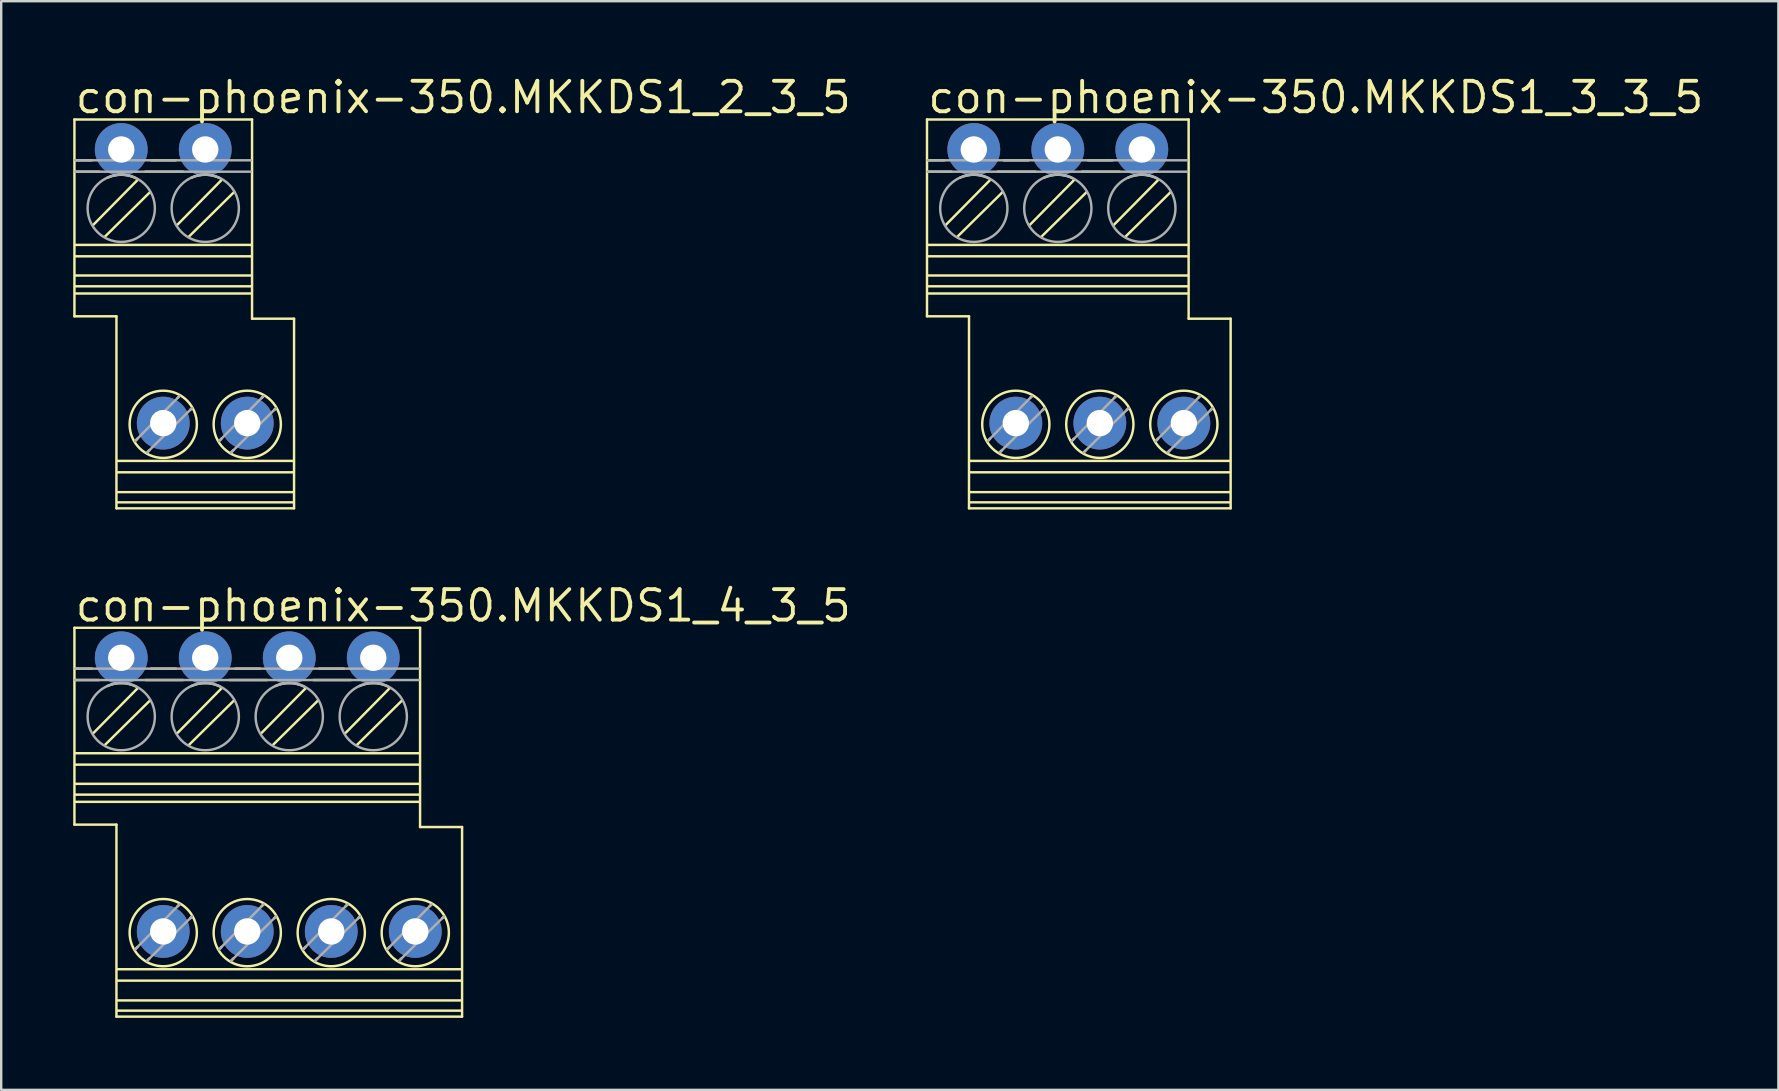
<source format=kicad_pcb>
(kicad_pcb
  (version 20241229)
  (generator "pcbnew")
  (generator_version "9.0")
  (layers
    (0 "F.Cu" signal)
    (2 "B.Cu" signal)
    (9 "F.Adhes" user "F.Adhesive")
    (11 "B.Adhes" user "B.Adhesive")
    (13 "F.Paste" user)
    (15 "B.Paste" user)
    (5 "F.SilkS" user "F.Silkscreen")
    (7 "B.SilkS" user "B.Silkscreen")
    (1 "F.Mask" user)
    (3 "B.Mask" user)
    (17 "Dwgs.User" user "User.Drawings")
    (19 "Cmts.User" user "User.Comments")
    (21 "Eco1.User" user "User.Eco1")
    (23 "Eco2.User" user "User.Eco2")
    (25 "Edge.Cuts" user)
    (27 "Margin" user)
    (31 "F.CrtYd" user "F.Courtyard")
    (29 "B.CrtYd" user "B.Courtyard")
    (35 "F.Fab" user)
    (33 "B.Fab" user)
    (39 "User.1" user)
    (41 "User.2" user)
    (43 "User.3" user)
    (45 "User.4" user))
  (footprint "con-phoenix-350.MKKDS1_3_3_5"
    (layer "F.Cu")
    (at 41.021 10.028)
    (property "Reference" "con-phoenix-350.MKKDS1_3_3_5" (at -5.501 -8.278 0) (layer "F.SilkS") (effects (font (size 1.27 1.27) (thickness 0.16)) (justify left bottom)))
    (attr through_hole)
    (fp_line (start -5.45 -8.1) (end 5.45 -8.1) (stroke (width 0.102) (type default)) (layer "F.SilkS"))
    (fp_line (start -5.45 0.1) (end -5.45 -8.1) (stroke (width 0.102) (type default)) (layer "F.SilkS"))
    (fp_line (start -5.425 -6.4) (end -4.725 -6.4) (stroke (width 0.102) (type default)) (layer "F.SilkS"))
    (fp_line (start -5.425 -5.925) (end -4.425 -5.925) (stroke (width 0.102) (type default)) (layer "F.SilkS"))
    (fp_line (start -5.4 -2.875) (end 5.425 -2.875) (stroke (width 0.102) (type default)) (layer "F.SilkS"))
    (fp_line (start -5.4 -2.4) (end 5.425 -2.4) (stroke (width 0.102) (type default)) (layer "F.SilkS"))
    (fp_line (start -5.4 -1.6) (end 5.425 -1.6) (stroke (width 0.102) (type default)) (layer "F.SilkS"))
    (fp_line (start -5.4 -0.85) (end 5.425 -0.85) (stroke (width 0.102) (type default)) (layer "F.SilkS"))
    (fp_line (start -4.675 -3.7) (end -2.825 -5.575) (stroke (width 0.102) (type default)) (layer "F.SilkS"))
    (fp_line (start -4.175 -3.225) (end -2.3 -5.075) (stroke (width 0.102) (type default)) (layer "F.SilkS"))
    (fp_line (start -3.7 0.1) (end -5.45 0.1) (stroke (width 0.102) (type default)) (layer "F.SilkS"))
    (fp_line (start -3.7 8.1) (end -3.7 0.1) (stroke (width 0.102) (type default)) (layer "F.SilkS"))
    (fp_line (start -3.65 6.125) (end 7.175 6.125) (stroke (width 0.102) (type default)) (layer "F.SilkS"))
    (fp_line (start -3.65 6.6) (end 7.175 6.6) (stroke (width 0.102) (type default)) (layer "F.SilkS"))
    (fp_line (start -3.65 7.425) (end 7.175 7.425) (stroke (width 0.102) (type default)) (layer "F.SilkS"))
    (fp_line (start -3.65 7.85) (end 7.175 7.85) (stroke (width 0.102) (type default)) (layer "F.SilkS"))
    (fp_line (start -2.925 5.3) (end -2.825 5.2) (stroke (width 0.102) (type default)) (layer "F.SilkS"))
    (fp_line (start -2.5 -5.925) (end -0.925 -5.925) (stroke (width 0.102) (type default)) (layer "F.SilkS"))
    (fp_line (start -2.425 5.775) (end -2.325 5.675) (stroke (width 0.102) (type default)) (layer "F.SilkS"))
    (fp_line (start -2.25 -6.4) (end -1.225 -6.4) (stroke (width 0.102) (type default)) (layer "F.SilkS"))
    (fp_line (start -1.175 -3.7) (end 0.675 -5.575) (stroke (width 0.102) (type default)) (layer "F.SilkS"))
    (fp_line (start -1.15 3.5) (end -1.075 3.425) (stroke (width 0.102) (type default)) (layer "F.SilkS"))
    (fp_line (start -0.675 -3.225) (end 1.2 -5.075) (stroke (width 0.102) (type default)) (layer "F.SilkS"))
    (fp_line (start -0.625 4) (end -0.55 3.925) (stroke (width 0.102) (type default)) (layer "F.SilkS"))
    (fp_line (start 0.575 5.3) (end 0.675 5.2) (stroke (width 0.102) (type default)) (layer "F.SilkS"))
    (fp_line (start 1 -5.925) (end 2.575 -5.925) (stroke (width 0.102) (type default)) (layer "F.SilkS"))
    (fp_line (start 1.075 5.775) (end 1.175 5.675) (stroke (width 0.102) (type default)) (layer "F.SilkS"))
    (fp_line (start 1.25 -6.4) (end 2.275 -6.4) (stroke (width 0.102) (type default)) (layer "F.SilkS"))
    (fp_line (start 2.325 -3.7) (end 4.175 -5.575) (stroke (width 0.102) (type default)) (layer "F.SilkS"))
    (fp_line (start 2.35 3.5) (end 2.425 3.425) (stroke (width 0.102) (type default)) (layer "F.SilkS"))
    (fp_line (start 2.825 -3.225) (end 4.7 -5.075) (stroke (width 0.102) (type default)) (layer "F.SilkS"))
    (fp_line (start 2.875 4) (end 2.95 3.925) (stroke (width 0.102) (type default)) (layer "F.SilkS"))
    (fp_line (start 4.075 5.3) (end 4.175 5.2) (stroke (width 0.102) (type default)) (layer "F.SilkS"))
    (fp_line (start 4.575 5.775) (end 4.675 5.675) (stroke (width 0.102) (type default)) (layer "F.SilkS"))
    (fp_line (start 5.425 -1.15) (end -5.4 -1.15) (stroke (width 0.102) (type default)) (layer "F.SilkS"))
    (fp_line (start 5.45 -8.1) (end 5.45 0.2) (stroke (width 0.102) (type default)) (layer "F.SilkS"))
    (fp_line (start 5.45 0.2) (end 7.2 0.2) (stroke (width 0.102) (type default)) (layer "F.SilkS"))
    (fp_line (start 5.85 3.5) (end 5.925 3.425) (stroke (width 0.102) (type default)) (layer "F.SilkS"))
    (fp_line (start 6.375 4) (end 6.45 3.925) (stroke (width 0.102) (type default)) (layer "F.SilkS"))
    (fp_line (start 7.2 0.2) (end 7.2 8.1) (stroke (width 0.102) (type default)) (layer "F.SilkS"))
    (fp_line (start 7.2 8.1) (end -3.7 8.1) (stroke (width 0.102) (type default)) (layer "F.SilkS"))
    (fp_arc (start -4.075 -5.675) (mid -3.472184 -5.797679) (end -2.875 -5.65) (stroke (width 0.1016) (type default)) (layer "F.SilkS"))
    (fp_arc (start -0.575 -5.675) (mid 0.027816 -5.797679) (end 0.625 -5.65) (stroke (width 0.1016) (type default)) (layer "F.SilkS"))
    (fp_arc (start 2.925 -5.675) (mid 3.527816 -5.797679) (end 4.125 -5.65) (stroke (width 0.1016) (type default)) (layer "F.SilkS"))
    (fp_circle (center -1.75 4.6) (end -0.349 4.6) (stroke (width 0.102) (type default)) (fill no) (layer "F.SilkS"))
    (fp_circle (center 1.75 4.6) (end 3.151 4.6) (stroke (width 0.102) (type default)) (fill no) (layer "F.SilkS"))
    (fp_circle (center 5.25 4.6) (end 6.651 4.6) (stroke (width 0.102) (type default)) (fill no) (layer "F.SilkS"))
    (fp_line (start -5.425 -6.4) (end 5.4 -6.4) (stroke (width 0.102) (type default)) (layer "F.Fab"))
    (fp_line (start -5.425 -5.925) (end 5.4 -5.925) (stroke (width 0.102) (type default)) (layer "F.Fab"))
    (fp_line (start -2.925 5.3) (end -1.075 3.425) (stroke (width 0.102) (type default)) (layer "F.Fab"))
    (fp_line (start -2.425 5.775) (end -0.55 3.925) (stroke (width 0.102) (type default)) (layer "F.Fab"))
    (fp_line (start 0.575 5.3) (end 2.425 3.425) (stroke (width 0.102) (type default)) (layer "F.Fab"))
    (fp_line (start 1.075 5.775) (end 2.95 3.925) (stroke (width 0.102) (type default)) (layer "F.Fab"))
    (fp_line (start 4.075 5.3) (end 5.925 3.425) (stroke (width 0.102) (type default)) (layer "F.Fab"))
    (fp_line (start 4.575 5.775) (end 6.45 3.925) (stroke (width 0.102) (type default)) (layer "F.Fab"))
    (fp_circle (center -3.5 -4.4) (end -2.099 -4.4) (stroke (width 0.102) (type default)) (fill no) (layer "F.Fab"))
    (fp_circle (center 0 -4.4) (end 1.401 -4.4) (stroke (width 0.102) (type default)) (fill no) (layer "F.Fab"))
    (fp_circle (center 3.5 -4.4) (end 4.901 -4.4) (stroke (width 0.102) (type default)) (fill no) (layer "F.Fab"))
    (pad "1" thru_hole circle (at -3.5 -6.85) (size 2.2 2.2) (drill 1.1) (layers "*.Cu" "*.Mask"))
    (pad "2" thru_hole circle (at -1.75 4.55) (size 2.2 2.2) (drill 1.1) (layers "*.Cu" "*.Mask"))
    (pad "3" thru_hole circle (at 0 -6.85) (size 2.2 2.2) (drill 1.1) (layers "*.Cu" "*.Mask"))
    (pad "4" thru_hole circle (at 1.75 4.55) (size 2.2 2.2) (drill 1.1) (layers "*.Cu" "*.Mask"))
    (pad "5" thru_hole circle (at 3.5 -6.85) (size 2.2 2.2) (drill 1.1) (layers "*.Cu" "*.Mask"))
    (pad "6" thru_hole circle (at 5.25 4.55) (size 2.2 2.2) (drill 1.1) (layers "*.Cu" "*.Mask")))
  (footprint "con-phoenix-350.MKKDS1_2_3_5"
    (layer "F.Cu")
    (at 3.751 10.028)
    (property "Reference" "con-phoenix-350.MKKDS1_2_3_5" (at -3.751 -8.278 0) (layer "F.SilkS") (effects (font (size 1.27 1.27) (thickness 0.16)) (justify left bottom)))
    (attr through_hole)
    (fp_line (start -3.7 -8.1) (end 3.7 -8.1) (stroke (width 0.102) (type default)) (layer "F.SilkS"))
    (fp_line (start -3.7 0.1) (end -3.7 -8.1) (stroke (width 0.102) (type default)) (layer "F.SilkS"))
    (fp_line (start -3.675 -6.4) (end -2.975 -6.4) (stroke (width 0.102) (type default)) (layer "F.SilkS"))
    (fp_line (start -3.675 -5.925) (end -2.675 -5.925) (stroke (width 0.102) (type default)) (layer "F.SilkS"))
    (fp_line (start -3.65 -2.875) (end 3.675 -2.875) (stroke (width 0.102) (type default)) (layer "F.SilkS"))
    (fp_line (start -3.65 -2.4) (end 3.675 -2.4) (stroke (width 0.102) (type default)) (layer "F.SilkS"))
    (fp_line (start -3.65 -1.6) (end 3.675 -1.6) (stroke (width 0.102) (type default)) (layer "F.SilkS"))
    (fp_line (start -3.65 -0.85) (end 3.675 -0.85) (stroke (width 0.102) (type default)) (layer "F.SilkS"))
    (fp_line (start -2.925 -3.7) (end -1.075 -5.575) (stroke (width 0.102) (type default)) (layer "F.SilkS"))
    (fp_line (start -2.425 -3.225) (end -0.55 -5.075) (stroke (width 0.102) (type default)) (layer "F.SilkS"))
    (fp_line (start -1.95 0.1) (end -3.7 0.1) (stroke (width 0.102) (type default)) (layer "F.SilkS"))
    (fp_line (start -1.95 8.1) (end -1.95 0.1) (stroke (width 0.102) (type default)) (layer "F.SilkS"))
    (fp_line (start -1.9 6.125) (end 5.425 6.125) (stroke (width 0.102) (type default)) (layer "F.SilkS"))
    (fp_line (start -1.9 6.6) (end 5.425 6.6) (stroke (width 0.102) (type default)) (layer "F.SilkS"))
    (fp_line (start -1.9 7.425) (end 5.425 7.425) (stroke (width 0.102) (type default)) (layer "F.SilkS"))
    (fp_line (start -1.9 7.85) (end 5.425 7.85) (stroke (width 0.102) (type default)) (layer "F.SilkS"))
    (fp_line (start -1.175 5.3) (end -1.075 5.2) (stroke (width 0.102) (type default)) (layer "F.SilkS"))
    (fp_line (start -0.75 -5.925) (end 0.825 -5.925) (stroke (width 0.102) (type default)) (layer "F.SilkS"))
    (fp_line (start -0.675 5.775) (end -0.575 5.675) (stroke (width 0.102) (type default)) (layer "F.SilkS"))
    (fp_line (start -0.5 -6.4) (end 0.525 -6.4) (stroke (width 0.102) (type default)) (layer "F.SilkS"))
    (fp_line (start 0.575 -3.7) (end 2.425 -5.575) (stroke (width 0.102) (type default)) (layer "F.SilkS"))
    (fp_line (start 0.6 3.5) (end 0.675 3.425) (stroke (width 0.102) (type default)) (layer "F.SilkS"))
    (fp_line (start 1.075 -3.225) (end 2.95 -5.075) (stroke (width 0.102) (type default)) (layer "F.SilkS"))
    (fp_line (start 1.125 4) (end 1.2 3.925) (stroke (width 0.102) (type default)) (layer "F.SilkS"))
    (fp_line (start 2.325 5.3) (end 2.425 5.2) (stroke (width 0.102) (type default)) (layer "F.SilkS"))
    (fp_line (start 2.825 5.775) (end 2.925 5.675) (stroke (width 0.102) (type default)) (layer "F.SilkS"))
    (fp_line (start 3.675 -1.15) (end -3.65 -1.15) (stroke (width 0.102) (type default)) (layer "F.SilkS"))
    (fp_line (start 3.7 -8.1) (end 3.7 0.2) (stroke (width 0.102) (type default)) (layer "F.SilkS"))
    (fp_line (start 3.7 0.2) (end 5.45 0.2) (stroke (width 0.102) (type default)) (layer "F.SilkS"))
    (fp_line (start 4.1 3.5) (end 4.175 3.425) (stroke (width 0.102) (type default)) (layer "F.SilkS"))
    (fp_line (start 4.625 4) (end 4.7 3.925) (stroke (width 0.102) (type default)) (layer "F.SilkS"))
    (fp_line (start 5.45 0.2) (end 5.45 8.1) (stroke (width 0.102) (type default)) (layer "F.SilkS"))
    (fp_line (start 5.45 8.1) (end -1.95 8.1) (stroke (width 0.102) (type default)) (layer "F.SilkS"))
    (fp_arc (start -2.325 -5.675) (mid -1.722184 -5.797679) (end -1.125 -5.65) (stroke (width 0.1016) (type default)) (layer "F.SilkS"))
    (fp_arc (start 1.175 -5.675) (mid 1.777816 -5.797679) (end 2.375 -5.65) (stroke (width 0.1016) (type default)) (layer "F.SilkS"))
    (fp_circle (center 0 4.6) (end 1.401 4.6) (stroke (width 0.102) (type default)) (fill no) (layer "F.SilkS"))
    (fp_circle (center 3.5 4.6) (end 4.901 4.6) (stroke (width 0.102) (type default)) (fill no) (layer "F.SilkS"))
    (fp_line (start -3.675 -6.4) (end 3.65 -6.4) (stroke (width 0.102) (type default)) (layer "F.Fab"))
    (fp_line (start -3.675 -5.925) (end 3.65 -5.925) (stroke (width 0.102) (type default)) (layer "F.Fab"))
    (fp_line (start -1.175 5.3) (end 0.675 3.425) (stroke (width 0.102) (type default)) (layer "F.Fab"))
    (fp_line (start -0.675 5.775) (end 1.2 3.925) (stroke (width 0.102) (type default)) (layer "F.Fab"))
    (fp_line (start 2.325 5.3) (end 4.175 3.425) (stroke (width 0.102) (type default)) (layer "F.Fab"))
    (fp_line (start 2.825 5.775) (end 4.7 3.925) (stroke (width 0.102) (type default)) (layer "F.Fab"))
    (fp_circle (center -1.75 -4.4) (end -0.349 -4.4) (stroke (width 0.102) (type default)) (fill no) (layer "F.Fab"))
    (fp_circle (center 1.75 -4.4) (end 3.151 -4.4) (stroke (width 0.102) (type default)) (fill no) (layer "F.Fab"))
    (pad "1" thru_hole circle (at -1.75 -6.85) (size 2.2 2.2) (drill 1.1) (layers "*.Cu" "*.Mask"))
    (pad "2" thru_hole circle (at 0 4.55) (size 2.2 2.2) (drill 1.1) (layers "*.Cu" "*.Mask"))
    (pad "3" thru_hole circle (at 1.75 -6.85) (size 2.2 2.2) (drill 1.1) (layers "*.Cu" "*.Mask"))
    (pad "4" thru_hole circle (at 3.5 4.55) (size 2.2 2.2) (drill 1.1) (layers "*.Cu" "*.Mask")))
  (footprint "con-phoenix-350.MKKDS1_4_3_5"
    (layer "F.Cu")
    (at 7.251 31.206)
    (property "Reference" "con-phoenix-350.MKKDS1_4_3_5" (at -7.251 -8.278 0) (layer "F.SilkS") (effects (font (size 1.27 1.27) (thickness 0.16)) (justify left bottom)))
    (attr through_hole)
    (fp_line (start -7.2 -8.1) (end 7.2 -8.1) (stroke (width 0.102) (type default)) (layer "F.SilkS"))
    (fp_line (start -7.2 0.1) (end -7.2 -8.1) (stroke (width 0.102) (type default)) (layer "F.SilkS"))
    (fp_line (start -7.175 -6.4) (end -6.475 -6.4) (stroke (width 0.102) (type default)) (layer "F.SilkS"))
    (fp_line (start -7.175 -5.925) (end -6.175 -5.925) (stroke (width 0.102) (type default)) (layer "F.SilkS"))
    (fp_line (start -7.15 -2.875) (end 7.175 -2.875) (stroke (width 0.102) (type default)) (layer "F.SilkS"))
    (fp_line (start -7.15 -2.4) (end 7.175 -2.4) (stroke (width 0.102) (type default)) (layer "F.SilkS"))
    (fp_line (start -7.15 -1.6) (end 7.175 -1.6) (stroke (width 0.102) (type default)) (layer "F.SilkS"))
    (fp_line (start -7.15 -0.85) (end 7.175 -0.85) (stroke (width 0.102) (type default)) (layer "F.SilkS"))
    (fp_line (start -6.425 -3.7) (end -4.575 -5.575) (stroke (width 0.102) (type default)) (layer "F.SilkS"))
    (fp_line (start -5.925 -3.225) (end -4.05 -5.075) (stroke (width 0.102) (type default)) (layer "F.SilkS"))
    (fp_line (start -5.45 0.1) (end -7.2 0.1) (stroke (width 0.102) (type default)) (layer "F.SilkS"))
    (fp_line (start -5.45 8.1) (end -5.45 0.1) (stroke (width 0.102) (type default)) (layer "F.SilkS"))
    (fp_line (start -5.4 6.125) (end 8.925 6.125) (stroke (width 0.102) (type default)) (layer "F.SilkS"))
    (fp_line (start -5.4 6.6) (end 8.925 6.6) (stroke (width 0.102) (type default)) (layer "F.SilkS"))
    (fp_line (start -5.4 7.425) (end 8.925 7.425) (stroke (width 0.102) (type default)) (layer "F.SilkS"))
    (fp_line (start -5.4 7.85) (end 8.925 7.85) (stroke (width 0.102) (type default)) (layer "F.SilkS"))
    (fp_line (start -4.675 5.3) (end -4.575 5.2) (stroke (width 0.102) (type default)) (layer "F.SilkS"))
    (fp_line (start -4.25 -5.925) (end -2.675 -5.925) (stroke (width 0.102) (type default)) (layer "F.SilkS"))
    (fp_line (start -4.175 5.775) (end -4.075 5.675) (stroke (width 0.102) (type default)) (layer "F.SilkS"))
    (fp_line (start -4 -6.4) (end -2.975 -6.4) (stroke (width 0.102) (type default)) (layer "F.SilkS"))
    (fp_line (start -2.925 -3.7) (end -1.075 -5.575) (stroke (width 0.102) (type default)) (layer "F.SilkS"))
    (fp_line (start -2.9 3.5) (end -2.825 3.425) (stroke (width 0.102) (type default)) (layer "F.SilkS"))
    (fp_line (start -2.425 -3.225) (end -0.55 -5.075) (stroke (width 0.102) (type default)) (layer "F.SilkS"))
    (fp_line (start -2.375 4) (end -2.3 3.925) (stroke (width 0.102) (type default)) (layer "F.SilkS"))
    (fp_line (start -1.175 5.3) (end -1.075 5.2) (stroke (width 0.102) (type default)) (layer "F.SilkS"))
    (fp_line (start -0.75 -5.925) (end 0.825 -5.925) (stroke (width 0.102) (type default)) (layer "F.SilkS"))
    (fp_line (start -0.675 5.775) (end -0.575 5.675) (stroke (width 0.102) (type default)) (layer "F.SilkS"))
    (fp_line (start -0.5 -6.4) (end 0.525 -6.4) (stroke (width 0.102) (type default)) (layer "F.SilkS"))
    (fp_line (start 0.575 -3.7) (end 2.425 -5.575) (stroke (width 0.102) (type default)) (layer "F.SilkS"))
    (fp_line (start 0.6 3.5) (end 0.675 3.425) (stroke (width 0.102) (type default)) (layer "F.SilkS"))
    (fp_line (start 1.075 -3.225) (end 2.95 -5.075) (stroke (width 0.102) (type default)) (layer "F.SilkS"))
    (fp_line (start 1.125 4) (end 1.2 3.925) (stroke (width 0.102) (type default)) (layer "F.SilkS"))
    (fp_line (start 2.325 5.3) (end 2.425 5.2) (stroke (width 0.102) (type default)) (layer "F.SilkS"))
    (fp_line (start 2.75 -5.925) (end 4.325 -5.925) (stroke (width 0.102) (type default)) (layer "F.SilkS"))
    (fp_line (start 2.825 5.775) (end 2.925 5.675) (stroke (width 0.102) (type default)) (layer "F.SilkS"))
    (fp_line (start 3 -6.4) (end 4.025 -6.4) (stroke (width 0.102) (type default)) (layer "F.SilkS"))
    (fp_line (start 4.075 -3.7) (end 5.925 -5.575) (stroke (width 0.102) (type default)) (layer "F.SilkS"))
    (fp_line (start 4.1 3.5) (end 4.175 3.425) (stroke (width 0.102) (type default)) (layer "F.SilkS"))
    (fp_line (start 4.575 -3.225) (end 6.45 -5.075) (stroke (width 0.102) (type default)) (layer "F.SilkS"))
    (fp_line (start 4.625 4) (end 4.7 3.925) (stroke (width 0.102) (type default)) (layer "F.SilkS"))
    (fp_line (start 5.825 5.3) (end 5.925 5.2) (stroke (width 0.102) (type default)) (layer "F.SilkS"))
    (fp_line (start 6.325 5.775) (end 6.425 5.675) (stroke (width 0.102) (type default)) (layer "F.SilkS"))
    (fp_line (start 7.175 -1.15) (end -7.15 -1.15) (stroke (width 0.102) (type default)) (layer "F.SilkS"))
    (fp_line (start 7.2 -8.1) (end 7.2 0.2) (stroke (width 0.102) (type default)) (layer "F.SilkS"))
    (fp_line (start 7.2 0.2) (end 8.95 0.2) (stroke (width 0.102) (type default)) (layer "F.SilkS"))
    (fp_line (start 7.6 3.5) (end 7.675 3.425) (stroke (width 0.102) (type default)) (layer "F.SilkS"))
    (fp_line (start 8.125 4) (end 8.2 3.925) (stroke (width 0.102) (type default)) (layer "F.SilkS"))
    (fp_line (start 8.95 0.2) (end 8.95 8.1) (stroke (width 0.102) (type default)) (layer "F.SilkS"))
    (fp_line (start 8.95 8.1) (end -5.45 8.1) (stroke (width 0.102) (type default)) (layer "F.SilkS"))
    (fp_arc (start -5.825 -5.675) (mid -5.222184 -5.797679) (end -4.625 -5.65) (stroke (width 0.1016) (type default)) (layer "F.SilkS"))
    (fp_arc (start -2.325 -5.675) (mid -1.722184 -5.797679) (end -1.125 -5.65) (stroke (width 0.1016) (type default)) (layer "F.SilkS"))
    (fp_arc (start 1.175 -5.675) (mid 1.777816 -5.797679) (end 2.375 -5.65) (stroke (width 0.1016) (type default)) (layer "F.SilkS"))
    (fp_arc (start 4.675 -5.675) (mid 5.277816 -5.797679) (end 5.875 -5.65) (stroke (width 0.1016) (type default)) (layer "F.SilkS"))
    (fp_circle (center -3.5 4.6) (end -2.099 4.6) (stroke (width 0.102) (type default)) (fill no) (layer "F.SilkS"))
    (fp_circle (center 0 4.6) (end 1.401 4.6) (stroke (width 0.102) (type default)) (fill no) (layer "F.SilkS"))
    (fp_circle (center 3.5 4.6) (end 4.901 4.6) (stroke (width 0.102) (type default)) (fill no) (layer "F.SilkS"))
    (fp_circle (center 7 4.6) (end 8.401 4.6) (stroke (width 0.102) (type default)) (fill no) (layer "F.SilkS"))
    (fp_line (start -7.175 -6.4) (end 7.15 -6.4) (stroke (width 0.102) (type default)) (layer "F.Fab"))
    (fp_line (start -7.175 -5.925) (end 7.15 -5.925) (stroke (width 0.102) (type default)) (layer "F.Fab"))
    (fp_line (start -4.675 5.3) (end -2.825 3.425) (stroke (width 0.102) (type default)) (layer "F.Fab"))
    (fp_line (start -4.175 5.775) (end -2.3 3.925) (stroke (width 0.102) (type default)) (layer "F.Fab"))
    (fp_line (start -1.175 5.3) (end 0.675 3.425) (stroke (width 0.102) (type default)) (layer "F.Fab"))
    (fp_line (start -0.675 5.775) (end 1.2 3.925) (stroke (width 0.102) (type default)) (layer "F.Fab"))
    (fp_line (start 2.325 5.3) (end 4.175 3.425) (stroke (width 0.102) (type default)) (layer "F.Fab"))
    (fp_line (start 2.825 5.775) (end 4.7 3.925) (stroke (width 0.102) (type default)) (layer "F.Fab"))
    (fp_line (start 5.825 5.3) (end 7.675 3.425) (stroke (width 0.102) (type default)) (layer "F.Fab"))
    (fp_line (start 6.325 5.775) (end 8.2 3.925) (stroke (width 0.102) (type default)) (layer "F.Fab"))
    (fp_circle (center -5.25 -4.4) (end -3.849 -4.4) (stroke (width 0.102) (type default)) (fill no) (layer "F.Fab"))
    (fp_circle (center -1.75 -4.4) (end -0.349 -4.4) (stroke (width 0.102) (type default)) (fill no) (layer "F.Fab"))
    (fp_circle (center 1.75 -4.4) (end 3.151 -4.4) (stroke (width 0.102) (type default)) (fill no) (layer "F.Fab"))
    (fp_circle (center 5.25 -4.4) (end 6.651 -4.4) (stroke (width 0.102) (type default)) (fill no) (layer "F.Fab"))
    (pad "1" thru_hole circle (at -5.25 -6.85) (size 2.2 2.2) (drill 1.1) (layers "*.Cu" "*.Mask"))
    (pad "2" thru_hole circle (at -3.5 4.55) (size 2.2 2.2) (drill 1.1) (layers "*.Cu" "*.Mask"))
    (pad "3" thru_hole circle (at -1.75 -6.85) (size 2.2 2.2) (drill 1.1) (layers "*.Cu" "*.Mask"))
    (pad "4" thru_hole circle (at 0 4.55) (size 2.2 2.2) (drill 1.1) (layers "*.Cu" "*.Mask"))
    (pad "5" thru_hole circle (at 1.75 -6.85) (size 2.2 2.2) (drill 1.1) (layers "*.Cu" "*.Mask"))
    (pad "6" thru_hole circle (at 3.5 4.55) (size 2.2 2.2) (drill 1.1) (layers "*.Cu" "*.Mask"))
    (pad "7" thru_hole circle (at 5.25 -6.85) (size 2.2 2.2) (drill 1.1) (layers "*.Cu" "*.Mask"))
    (pad "8" thru_hole circle (at 7 4.55) (size 2.2 2.2) (drill 1.1) (layers "*.Cu" "*.Mask")))
  (gr_rect
    (start -3 -3)
    (end 71.041 42.357)
    (stroke (width 0.1) (type default))
    (fill no)
    (layer "Edge.Cuts")))
</source>
